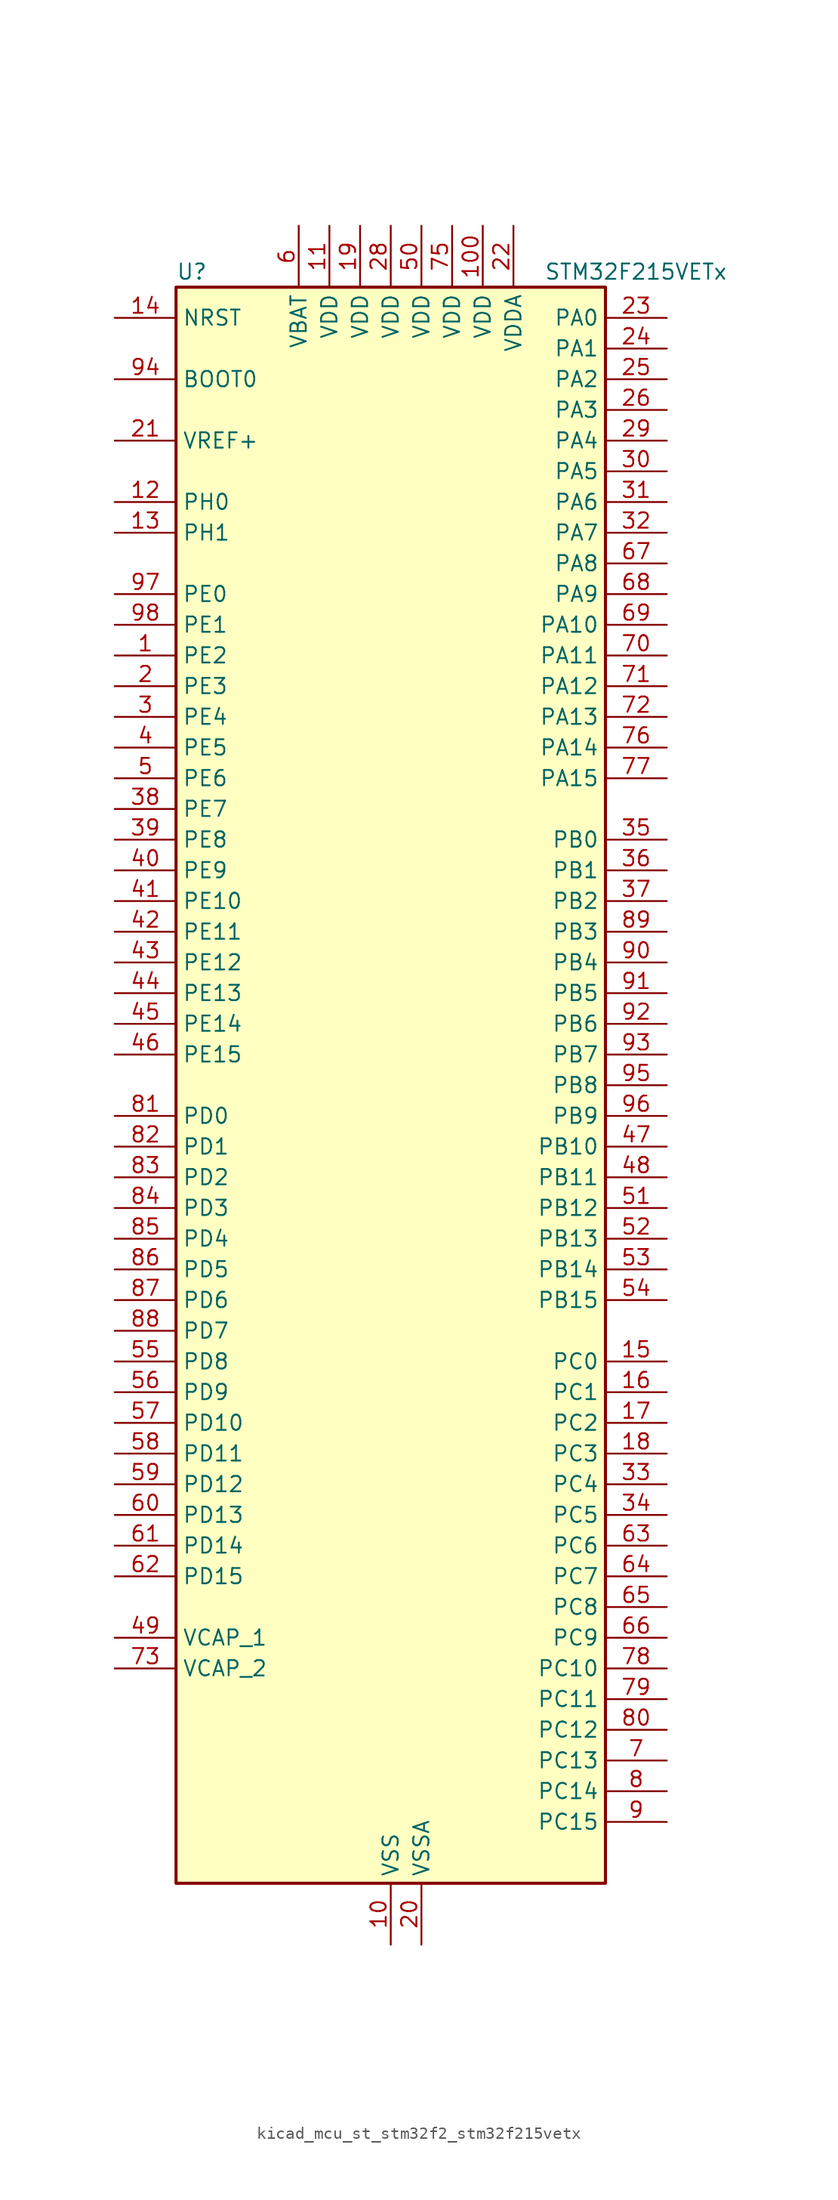
<source format=kicad_sym>
(kicad_symbol_lib
  (version 20220914)
  (generator kicad_symbol_editor)
  (symbol "kicad_mcu_st_stm32f2_stm32f215vetx"
    (property "Reference" "U"
      (at -17.78 67.31 0)
      (effects (font (size 1.27 1.27)) (justify left)))
    (property "Value" "STM32F215VETx"
      (at 12.7 67.31 0)
      (effects (font (size 1.27 1.27)) (justify left)))
    (property "ki_locked" ""
      (at 0 0 0)
      (effects (font (size 1.27 1.27))))
    (symbol "kicad_mcu_st_stm32f2_stm32f215vetx_0_1"
      (rectangle (start -17.78 -66.04) (end 17.78 66.04) (stroke (width 0.254) (type default)) (fill (type background))))
    (symbol "kicad_mcu_st_stm32f2_stm32f215vetx_1_1"
      (pin bidirectional line (at -22.86 35.56 0) (length 5.08) (name "PE2" (effects (font (size 1.27 1.27)))) (number "1" (effects (font (size 1.27 1.27)))) (alternate "FSMC_A23" bidirectional line) (alternate "SYS_TRACECLK" bidirectional line))
      (pin power_in line (at 0 -71.12 90) (length 5.08) (name "VSS" (effects (font (size 1.27 1.27)))) (number "10" (effects (font (size 1.27 1.27)))))
      (pin power_in line (at 7.62 71.12 270) (length 5.08) (name "VDD" (effects (font (size 1.27 1.27)))) (number "100" (effects (font (size 1.27 1.27)))))
      (pin power_in line (at -5.08 71.12 270) (length 5.08) (name "VDD" (effects (font (size 1.27 1.27)))) (number "11" (effects (font (size 1.27 1.27)))))
      (pin bidirectional line (at -22.86 48.26 0) (length 5.08) (name "PH0" (effects (font (size 1.27 1.27)))) (number "12" (effects (font (size 1.27 1.27)))) (alternate "RCC_OSC_IN" bidirectional line))
      (pin bidirectional line (at -22.86 45.72 0) (length 5.08) (name "PH1" (effects (font (size 1.27 1.27)))) (number "13" (effects (font (size 1.27 1.27)))) (alternate "RCC_OSC_OUT" bidirectional line))
      (pin input line (at -22.86 63.5 0) (length 5.08) (name "NRST" (effects (font (size 1.27 1.27)))) (number "14" (effects (font (size 1.27 1.27)))))
      (pin bidirectional line (at 22.86 -22.86 180) (length 5.08) (name "PC0" (effects (font (size 1.27 1.27)))) (number "15" (effects (font (size 1.27 1.27)))) (alternate "ADC1_IN10" bidirectional line) (alternate "ADC2_IN10" bidirectional line) (alternate "ADC3_IN10" bidirectional line) (alternate "USB_OTG_HS_ULPI_STP" bidirectional line))
      (pin bidirectional line (at 22.86 -25.4 180) (length 5.08) (name "PC1" (effects (font (size 1.27 1.27)))) (number "16" (effects (font (size 1.27 1.27)))) (alternate "ADC1_IN11" bidirectional line) (alternate "ADC2_IN11" bidirectional line) (alternate "ADC3_IN11" bidirectional line))
      (pin bidirectional line (at 22.86 -27.94 180) (length 5.08) (name "PC2" (effects (font (size 1.27 1.27)))) (number "17" (effects (font (size 1.27 1.27)))) (alternate "ADC1_IN12" bidirectional line) (alternate "ADC2_IN12" bidirectional line) (alternate "ADC3_IN12" bidirectional line) (alternate "SPI2_MISO" bidirectional line) (alternate "USB_OTG_HS_ULPI_DIR" bidirectional line))
      (pin bidirectional line (at 22.86 -30.48 180) (length 5.08) (name "PC3" (effects (font (size 1.27 1.27)))) (number "18" (effects (font (size 1.27 1.27)))) (alternate "ADC1_IN13" bidirectional line) (alternate "ADC2_IN13" bidirectional line) (alternate "ADC3_IN13" bidirectional line) (alternate "I2S2_SD" bidirectional line) (alternate "SPI2_MOSI" bidirectional line) (alternate "USB_OTG_HS_ULPI_NXT" bidirectional line))
      (pin power_in line (at -2.54 71.12 270) (length 5.08) (name "VDD" (effects (font (size 1.27 1.27)))) (number "19" (effects (font (size 1.27 1.27)))))
      (pin bidirectional line (at -22.86 33.02 0) (length 5.08) (name "PE3" (effects (font (size 1.27 1.27)))) (number "2" (effects (font (size 1.27 1.27)))) (alternate "FSMC_A19" bidirectional line) (alternate "SYS_TRACED0" bidirectional line))
      (pin power_in line (at 2.54 -71.12 90) (length 5.08) (name "VSSA" (effects (font (size 1.27 1.27)))) (number "20" (effects (font (size 1.27 1.27)))))
      (pin input line (at -22.86 53.34 0) (length 5.08) (name "VREF+" (effects (font (size 1.27 1.27)))) (number "21" (effects (font (size 1.27 1.27)))))
      (pin power_in line (at 10.16 71.12 270) (length 5.08) (name "VDDA" (effects (font (size 1.27 1.27)))) (number "22" (effects (font (size 1.27 1.27)))))
      (pin bidirectional line (at 22.86 63.5 180) (length 5.08) (name "PA0" (effects (font (size 1.27 1.27)))) (number "23" (effects (font (size 1.27 1.27)))) (alternate "ADC1_IN0" bidirectional line) (alternate "ADC2_IN0" bidirectional line) (alternate "ADC3_IN0" bidirectional line) (alternate "SYS_WKUP" bidirectional line) (alternate "TIM2_CH1" bidirectional line) (alternate "TIM2_ETR" bidirectional line) (alternate "TIM5_CH1" bidirectional line) (alternate "TIM8_ETR" bidirectional line) (alternate "UART4_TX" bidirectional line) (alternate "USART2_CTS" bidirectional line))
      (pin bidirectional line (at 22.86 60.96 180) (length 5.08) (name "PA1" (effects (font (size 1.27 1.27)))) (number "24" (effects (font (size 1.27 1.27)))) (alternate "ADC1_IN1" bidirectional line) (alternate "ADC2_IN1" bidirectional line) (alternate "ADC3_IN1" bidirectional line) (alternate "TIM2_CH2" bidirectional line) (alternate "TIM5_CH2" bidirectional line) (alternate "UART4_RX" bidirectional line) (alternate "USART2_RTS" bidirectional line))
      (pin bidirectional line (at 22.86 58.42 180) (length 5.08) (name "PA2" (effects (font (size 1.27 1.27)))) (number "25" (effects (font (size 1.27 1.27)))) (alternate "ADC1_IN2" bidirectional line) (alternate "ADC2_IN2" bidirectional line) (alternate "ADC3_IN2" bidirectional line) (alternate "TIM2_CH3" bidirectional line) (alternate "TIM5_CH3" bidirectional line) (alternate "TIM9_CH1" bidirectional line) (alternate "USART2_TX" bidirectional line))
      (pin bidirectional line (at 22.86 55.88 180) (length 5.08) (name "PA3" (effects (font (size 1.27 1.27)))) (number "26" (effects (font (size 1.27 1.27)))) (alternate "ADC1_IN3" bidirectional line) (alternate "ADC2_IN3" bidirectional line) (alternate "ADC3_IN3" bidirectional line) (alternate "TIM2_CH4" bidirectional line) (alternate "TIM5_CH4" bidirectional line) (alternate "TIM9_CH2" bidirectional line) (alternate "USART2_RX" bidirectional line) (alternate "USB_OTG_HS_ULPI_D0" bidirectional line))
      (pin passive line (at 0 -71.12 90) (length 5.08) hide (name "VSS" (effects (font (size 1.27 1.27)))) (number "27" (effects (font (size 1.27 1.27)))))
      (pin power_in line (at 0 71.12 270) (length 5.08) (name "VDD" (effects (font (size 1.27 1.27)))) (number "28" (effects (font (size 1.27 1.27)))))
      (pin bidirectional line (at 22.86 53.34 180) (length 5.08) (name "PA4" (effects (font (size 1.27 1.27)))) (number "29" (effects (font (size 1.27 1.27)))) (alternate "ADC1_IN4" bidirectional line) (alternate "ADC2_IN4" bidirectional line) (alternate "DAC_OUT1" bidirectional line) (alternate "I2S3_WS" bidirectional line) (alternate "SPI1_NSS" bidirectional line) (alternate "SPI3_NSS" bidirectional line) (alternate "USART2_CK" bidirectional line) (alternate "USB_OTG_HS_SOF" bidirectional line))
      (pin bidirectional line (at -22.86 30.48 0) (length 5.08) (name "PE4" (effects (font (size 1.27 1.27)))) (number "3" (effects (font (size 1.27 1.27)))) (alternate "FSMC_A20" bidirectional line) (alternate "SYS_TRACED1" bidirectional line))
      (pin bidirectional line (at 22.86 50.8 180) (length 5.08) (name "PA5" (effects (font (size 1.27 1.27)))) (number "30" (effects (font (size 1.27 1.27)))) (alternate "ADC1_IN5" bidirectional line) (alternate "ADC2_IN5" bidirectional line) (alternate "DAC_OUT2" bidirectional line) (alternate "SPI1_SCK" bidirectional line) (alternate "TIM2_CH1" bidirectional line) (alternate "TIM2_ETR" bidirectional line) (alternate "TIM8_CH1N" bidirectional line) (alternate "USB_OTG_HS_ULPI_CK" bidirectional line))
      (pin bidirectional line (at 22.86 48.26 180) (length 5.08) (name "PA6" (effects (font (size 1.27 1.27)))) (number "31" (effects (font (size 1.27 1.27)))) (alternate "ADC1_IN6" bidirectional line) (alternate "ADC2_IN6" bidirectional line) (alternate "SPI1_MISO" bidirectional line) (alternate "TIM13_CH1" bidirectional line) (alternate "TIM1_BKIN" bidirectional line) (alternate "TIM3_CH1" bidirectional line) (alternate "TIM8_BKIN" bidirectional line))
      (pin bidirectional line (at 22.86 45.72 180) (length 5.08) (name "PA7" (effects (font (size 1.27 1.27)))) (number "32" (effects (font (size 1.27 1.27)))) (alternate "ADC1_IN7" bidirectional line) (alternate "ADC2_IN7" bidirectional line) (alternate "SPI1_MOSI" bidirectional line) (alternate "TIM14_CH1" bidirectional line) (alternate "TIM1_CH1N" bidirectional line) (alternate "TIM3_CH2" bidirectional line) (alternate "TIM8_CH1N" bidirectional line))
      (pin bidirectional line (at 22.86 -33.02 180) (length 5.08) (name "PC4" (effects (font (size 1.27 1.27)))) (number "33" (effects (font (size 1.27 1.27)))) (alternate "ADC1_IN14" bidirectional line) (alternate "ADC2_IN14" bidirectional line))
      (pin bidirectional line (at 22.86 -35.56 180) (length 5.08) (name "PC5" (effects (font (size 1.27 1.27)))) (number "34" (effects (font (size 1.27 1.27)))) (alternate "ADC1_IN15" bidirectional line) (alternate "ADC2_IN15" bidirectional line))
      (pin bidirectional line (at 22.86 20.32 180) (length 5.08) (name "PB0" (effects (font (size 1.27 1.27)))) (number "35" (effects (font (size 1.27 1.27)))) (alternate "ADC1_IN8" bidirectional line) (alternate "ADC2_IN8" bidirectional line) (alternate "TIM1_CH2N" bidirectional line) (alternate "TIM3_CH3" bidirectional line) (alternate "TIM8_CH2N" bidirectional line) (alternate "USB_OTG_HS_ULPI_D1" bidirectional line))
      (pin bidirectional line (at 22.86 17.78 180) (length 5.08) (name "PB1" (effects (font (size 1.27 1.27)))) (number "36" (effects (font (size 1.27 1.27)))) (alternate "ADC1_IN9" bidirectional line) (alternate "ADC2_IN9" bidirectional line) (alternate "TIM1_CH3N" bidirectional line) (alternate "TIM3_CH4" bidirectional line) (alternate "TIM8_CH3N" bidirectional line) (alternate "USB_OTG_HS_ULPI_D2" bidirectional line))
      (pin bidirectional line (at 22.86 15.24 180) (length 5.08) (name "PB2" (effects (font (size 1.27 1.27)))) (number "37" (effects (font (size 1.27 1.27)))))
      (pin bidirectional line (at -22.86 22.86 0) (length 5.08) (name "PE7" (effects (font (size 1.27 1.27)))) (number "38" (effects (font (size 1.27 1.27)))) (alternate "FSMC_D4" bidirectional line) (alternate "FSMC_DA4" bidirectional line) (alternate "TIM1_ETR" bidirectional line))
      (pin bidirectional line (at -22.86 20.32 0) (length 5.08) (name "PE8" (effects (font (size 1.27 1.27)))) (number "39" (effects (font (size 1.27 1.27)))) (alternate "FSMC_D5" bidirectional line) (alternate "FSMC_DA5" bidirectional line) (alternate "TIM1_CH1N" bidirectional line))
      (pin bidirectional line (at -22.86 27.94 0) (length 5.08) (name "PE5" (effects (font (size 1.27 1.27)))) (number "4" (effects (font (size 1.27 1.27)))) (alternate "FSMC_A21" bidirectional line) (alternate "SYS_TRACED2" bidirectional line) (alternate "TIM9_CH1" bidirectional line))
      (pin bidirectional line (at -22.86 17.78 0) (length 5.08) (name "PE9" (effects (font (size 1.27 1.27)))) (number "40" (effects (font (size 1.27 1.27)))) (alternate "DAC_EXTI9" bidirectional line) (alternate "FSMC_D6" bidirectional line) (alternate "FSMC_DA6" bidirectional line) (alternate "TIM1_CH1" bidirectional line))
      (pin bidirectional line (at -22.86 15.24 0) (length 5.08) (name "PE10" (effects (font (size 1.27 1.27)))) (number "41" (effects (font (size 1.27 1.27)))) (alternate "FSMC_D7" bidirectional line) (alternate "FSMC_DA7" bidirectional line) (alternate "TIM1_CH2N" bidirectional line))
      (pin bidirectional line (at -22.86 12.7 0) (length 5.08) (name "PE11" (effects (font (size 1.27 1.27)))) (number "42" (effects (font (size 1.27 1.27)))) (alternate "ADC1_EXTI11" bidirectional line) (alternate "ADC2_EXTI11" bidirectional line) (alternate "ADC3_EXTI11" bidirectional line) (alternate "FSMC_D8" bidirectional line) (alternate "FSMC_DA8" bidirectional line) (alternate "TIM1_CH2" bidirectional line))
      (pin bidirectional line (at -22.86 10.16 0) (length 5.08) (name "PE12" (effects (font (size 1.27 1.27)))) (number "43" (effects (font (size 1.27 1.27)))) (alternate "FSMC_D9" bidirectional line) (alternate "FSMC_DA9" bidirectional line) (alternate "TIM1_CH3N" bidirectional line))
      (pin bidirectional line (at -22.86 7.62 0) (length 5.08) (name "PE13" (effects (font (size 1.27 1.27)))) (number "44" (effects (font (size 1.27 1.27)))) (alternate "FSMC_D10" bidirectional line) (alternate "FSMC_DA10" bidirectional line) (alternate "TIM1_CH3" bidirectional line))
      (pin bidirectional line (at -22.86 5.08 0) (length 5.08) (name "PE14" (effects (font (size 1.27 1.27)))) (number "45" (effects (font (size 1.27 1.27)))) (alternate "FSMC_D11" bidirectional line) (alternate "FSMC_DA11" bidirectional line) (alternate "TIM1_CH4" bidirectional line))
      (pin bidirectional line (at -22.86 2.54 0) (length 5.08) (name "PE15" (effects (font (size 1.27 1.27)))) (number "46" (effects (font (size 1.27 1.27)))) (alternate "ADC1_EXTI15" bidirectional line) (alternate "ADC2_EXTI15" bidirectional line) (alternate "ADC3_EXTI15" bidirectional line) (alternate "FSMC_D12" bidirectional line) (alternate "FSMC_DA12" bidirectional line) (alternate "TIM1_BKIN" bidirectional line))
      (pin bidirectional line (at 22.86 -5.08 180) (length 5.08) (name "PB10" (effects (font (size 1.27 1.27)))) (number "47" (effects (font (size 1.27 1.27)))) (alternate "I2C2_SCL" bidirectional line) (alternate "I2S2_SCK" bidirectional line) (alternate "SPI2_SCK" bidirectional line) (alternate "TIM2_CH3" bidirectional line) (alternate "USART3_TX" bidirectional line) (alternate "USB_OTG_HS_ULPI_D3" bidirectional line))
      (pin bidirectional line (at 22.86 -7.62 180) (length 5.08) (name "PB11" (effects (font (size 1.27 1.27)))) (number "48" (effects (font (size 1.27 1.27)))) (alternate "ADC1_EXTI11" bidirectional line) (alternate "ADC2_EXTI11" bidirectional line) (alternate "ADC3_EXTI11" bidirectional line) (alternate "I2C2_SDA" bidirectional line) (alternate "TIM2_CH4" bidirectional line) (alternate "USART3_RX" bidirectional line) (alternate "USB_OTG_HS_ULPI_D4" bidirectional line))
      (pin power_out line (at -22.86 -45.72 0) (length 5.08) (name "VCAP_1" (effects (font (size 1.27 1.27)))) (number "49" (effects (font (size 1.27 1.27)))))
      (pin bidirectional line (at -22.86 25.4 0) (length 5.08) (name "PE6" (effects (font (size 1.27 1.27)))) (number "5" (effects (font (size 1.27 1.27)))) (alternate "FSMC_A22" bidirectional line) (alternate "SYS_TRACED3" bidirectional line) (alternate "TIM9_CH2" bidirectional line))
      (pin power_in line (at 2.54 71.12 270) (length 5.08) (name "VDD" (effects (font (size 1.27 1.27)))) (number "50" (effects (font (size 1.27 1.27)))))
      (pin bidirectional line (at 22.86 -10.16 180) (length 5.08) (name "PB12" (effects (font (size 1.27 1.27)))) (number "51" (effects (font (size 1.27 1.27)))) (alternate "CAN2_RX" bidirectional line) (alternate "I2C2_SMBA" bidirectional line) (alternate "I2S2_WS" bidirectional line) (alternate "SPI2_NSS" bidirectional line) (alternate "TIM1_BKIN" bidirectional line) (alternate "USART3_CK" bidirectional line) (alternate "USB_OTG_HS_ID" bidirectional line) (alternate "USB_OTG_HS_ULPI_D5" bidirectional line))
      (pin bidirectional line (at 22.86 -12.7 180) (length 5.08) (name "PB13" (effects (font (size 1.27 1.27)))) (number "52" (effects (font (size 1.27 1.27)))) (alternate "CAN2_TX" bidirectional line) (alternate "I2S2_SCK" bidirectional line) (alternate "SPI2_SCK" bidirectional line) (alternate "TIM1_CH1N" bidirectional line) (alternate "USART3_CTS" bidirectional line) (alternate "USB_OTG_HS_ULPI_D6" bidirectional line) (alternate "USB_OTG_HS_VBUS" bidirectional line))
      (pin bidirectional line (at 22.86 -15.24 180) (length 5.08) (name "PB14" (effects (font (size 1.27 1.27)))) (number "53" (effects (font (size 1.27 1.27)))) (alternate "SPI2_MISO" bidirectional line) (alternate "TIM12_CH1" bidirectional line) (alternate "TIM1_CH2N" bidirectional line) (alternate "TIM8_CH2N" bidirectional line) (alternate "USART3_RTS" bidirectional line) (alternate "USB_OTG_HS_DM" bidirectional line))
      (pin bidirectional line (at 22.86 -17.78 180) (length 5.08) (name "PB15" (effects (font (size 1.27 1.27)))) (number "54" (effects (font (size 1.27 1.27)))) (alternate "ADC1_EXTI15" bidirectional line) (alternate "ADC2_EXTI15" bidirectional line) (alternate "ADC3_EXTI15" bidirectional line) (alternate "I2S2_SD" bidirectional line) (alternate "RTC_REFIN" bidirectional line) (alternate "SPI2_MOSI" bidirectional line) (alternate "TIM12_CH2" bidirectional line) (alternate "TIM1_CH3N" bidirectional line) (alternate "TIM8_CH3N" bidirectional line) (alternate "USB_OTG_HS_DP" bidirectional line))
      (pin bidirectional line (at -22.86 -22.86 0) (length 5.08) (name "PD8" (effects (font (size 1.27 1.27)))) (number "55" (effects (font (size 1.27 1.27)))) (alternate "FSMC_D13" bidirectional line) (alternate "FSMC_DA13" bidirectional line) (alternate "USART3_TX" bidirectional line))
      (pin bidirectional line (at -22.86 -25.4 0) (length 5.08) (name "PD9" (effects (font (size 1.27 1.27)))) (number "56" (effects (font (size 1.27 1.27)))) (alternate "DAC_EXTI9" bidirectional line) (alternate "FSMC_D14" bidirectional line) (alternate "FSMC_DA14" bidirectional line) (alternate "USART3_RX" bidirectional line))
      (pin bidirectional line (at -22.86 -27.94 0) (length 5.08) (name "PD10" (effects (font (size 1.27 1.27)))) (number "57" (effects (font (size 1.27 1.27)))) (alternate "FSMC_D15" bidirectional line) (alternate "FSMC_DA15" bidirectional line) (alternate "USART3_CK" bidirectional line))
      (pin bidirectional line (at -22.86 -30.48 0) (length 5.08) (name "PD11" (effects (font (size 1.27 1.27)))) (number "58" (effects (font (size 1.27 1.27)))) (alternate "ADC1_EXTI11" bidirectional line) (alternate "ADC2_EXTI11" bidirectional line) (alternate "ADC3_EXTI11" bidirectional line) (alternate "FSMC_A16" bidirectional line) (alternate "FSMC_CLE" bidirectional line) (alternate "USART3_CTS" bidirectional line))
      (pin bidirectional line (at -22.86 -33.02 0) (length 5.08) (name "PD12" (effects (font (size 1.27 1.27)))) (number "59" (effects (font (size 1.27 1.27)))) (alternate "FSMC_A17" bidirectional line) (alternate "FSMC_ALE" bidirectional line) (alternate "TIM4_CH1" bidirectional line) (alternate "USART3_RTS" bidirectional line))
      (pin power_in line (at -7.62 71.12 270) (length 5.08) (name "VBAT" (effects (font (size 1.27 1.27)))) (number "6" (effects (font (size 1.27 1.27)))))
      (pin bidirectional line (at -22.86 -35.56 0) (length 5.08) (name "PD13" (effects (font (size 1.27 1.27)))) (number "60" (effects (font (size 1.27 1.27)))) (alternate "FSMC_A18" bidirectional line) (alternate "TIM4_CH2" bidirectional line))
      (pin bidirectional line (at -22.86 -38.1 0) (length 5.08) (name "PD14" (effects (font (size 1.27 1.27)))) (number "61" (effects (font (size 1.27 1.27)))) (alternate "FSMC_D0" bidirectional line) (alternate "FSMC_DA0" bidirectional line) (alternate "TIM4_CH3" bidirectional line))
      (pin bidirectional line (at -22.86 -40.64 0) (length 5.08) (name "PD15" (effects (font (size 1.27 1.27)))) (number "62" (effects (font (size 1.27 1.27)))) (alternate "ADC1_EXTI15" bidirectional line) (alternate "ADC2_EXTI15" bidirectional line) (alternate "ADC3_EXTI15" bidirectional line) (alternate "FSMC_D1" bidirectional line) (alternate "FSMC_DA1" bidirectional line) (alternate "TIM4_CH4" bidirectional line))
      (pin bidirectional line (at 22.86 -38.1 180) (length 5.08) (name "PC6" (effects (font (size 1.27 1.27)))) (number "63" (effects (font (size 1.27 1.27)))) (alternate "I2S2_MCK" bidirectional line) (alternate "SDIO_D6" bidirectional line) (alternate "TIM3_CH1" bidirectional line) (alternate "TIM8_CH1" bidirectional line) (alternate "USART6_TX" bidirectional line))
      (pin bidirectional line (at 22.86 -40.64 180) (length 5.08) (name "PC7" (effects (font (size 1.27 1.27)))) (number "64" (effects (font (size 1.27 1.27)))) (alternate "I2S3_MCK" bidirectional line) (alternate "SDIO_D7" bidirectional line) (alternate "TIM3_CH2" bidirectional line) (alternate "TIM8_CH2" bidirectional line) (alternate "USART6_RX" bidirectional line))
      (pin bidirectional line (at 22.86 -43.18 180) (length 5.08) (name "PC8" (effects (font (size 1.27 1.27)))) (number "65" (effects (font (size 1.27 1.27)))) (alternate "SDIO_D0" bidirectional line) (alternate "TIM3_CH3" bidirectional line) (alternate "TIM8_CH3" bidirectional line) (alternate "USART6_CK" bidirectional line))
      (pin bidirectional line (at 22.86 -45.72 180) (length 5.08) (name "PC9" (effects (font (size 1.27 1.27)))) (number "66" (effects (font (size 1.27 1.27)))) (alternate "DAC_EXTI9" bidirectional line) (alternate "I2C3_SDA" bidirectional line) (alternate "I2S_CKIN" bidirectional line) (alternate "RCC_MCO_2" bidirectional line) (alternate "SDIO_D1" bidirectional line) (alternate "TIM3_CH4" bidirectional line) (alternate "TIM8_CH4" bidirectional line))
      (pin bidirectional line (at 22.86 43.18 180) (length 5.08) (name "PA8" (effects (font (size 1.27 1.27)))) (number "67" (effects (font (size 1.27 1.27)))) (alternate "I2C3_SCL" bidirectional line) (alternate "RCC_MCO_1" bidirectional line) (alternate "TIM1_CH1" bidirectional line) (alternate "USART1_CK" bidirectional line) (alternate "USB_OTG_FS_SOF" bidirectional line))
      (pin bidirectional line (at 22.86 40.64 180) (length 5.08) (name "PA9" (effects (font (size 1.27 1.27)))) (number "68" (effects (font (size 1.27 1.27)))) (alternate "DAC_EXTI9" bidirectional line) (alternate "I2C3_SMBA" bidirectional line) (alternate "TIM1_CH2" bidirectional line) (alternate "USART1_TX" bidirectional line) (alternate "USB_OTG_FS_VBUS" bidirectional line))
      (pin bidirectional line (at 22.86 38.1 180) (length 5.08) (name "PA10" (effects (font (size 1.27 1.27)))) (number "69" (effects (font (size 1.27 1.27)))) (alternate "TIM1_CH3" bidirectional line) (alternate "USART1_RX" bidirectional line) (alternate "USB_OTG_FS_ID" bidirectional line))
      (pin bidirectional line (at 22.86 -55.88 180) (length 5.08) (name "PC13" (effects (font (size 1.27 1.27)))) (number "7" (effects (font (size 1.27 1.27)))) (alternate "RTC_AF1" bidirectional line))
      (pin bidirectional line (at 22.86 35.56 180) (length 5.08) (name "PA11" (effects (font (size 1.27 1.27)))) (number "70" (effects (font (size 1.27 1.27)))) (alternate "ADC1_EXTI11" bidirectional line) (alternate "ADC2_EXTI11" bidirectional line) (alternate "ADC3_EXTI11" bidirectional line) (alternate "CAN1_RX" bidirectional line) (alternate "TIM1_CH4" bidirectional line) (alternate "USART1_CTS" bidirectional line) (alternate "USB_OTG_FS_DM" bidirectional line))
      (pin bidirectional line (at 22.86 33.02 180) (length 5.08) (name "PA12" (effects (font (size 1.27 1.27)))) (number "71" (effects (font (size 1.27 1.27)))) (alternate "CAN1_TX" bidirectional line) (alternate "TIM1_ETR" bidirectional line) (alternate "USART1_RTS" bidirectional line) (alternate "USB_OTG_FS_DP" bidirectional line))
      (pin bidirectional line (at 22.86 30.48 180) (length 5.08) (name "PA13" (effects (font (size 1.27 1.27)))) (number "72" (effects (font (size 1.27 1.27)))) (alternate "SYS_JTMS-SWDIO" bidirectional line))
      (pin power_out line (at -22.86 -48.26 0) (length 5.08) (name "VCAP_2" (effects (font (size 1.27 1.27)))) (number "73" (effects (font (size 1.27 1.27)))))
      (pin passive line (at 0 -71.12 90) (length 5.08) hide (name "VSS" (effects (font (size 1.27 1.27)))) (number "74" (effects (font (size 1.27 1.27)))))
      (pin power_in line (at 5.08 71.12 270) (length 5.08) (name "VDD" (effects (font (size 1.27 1.27)))) (number "75" (effects (font (size 1.27 1.27)))))
      (pin bidirectional line (at 22.86 27.94 180) (length 5.08) (name "PA14" (effects (font (size 1.27 1.27)))) (number "76" (effects (font (size 1.27 1.27)))) (alternate "SYS_JTCK-SWCLK" bidirectional line))
      (pin bidirectional line (at 22.86 25.4 180) (length 5.08) (name "PA15" (effects (font (size 1.27 1.27)))) (number "77" (effects (font (size 1.27 1.27)))) (alternate "ADC1_EXTI15" bidirectional line) (alternate "ADC2_EXTI15" bidirectional line) (alternate "ADC3_EXTI15" bidirectional line) (alternate "I2S3_WS" bidirectional line) (alternate "SPI1_NSS" bidirectional line) (alternate "SPI3_NSS" bidirectional line) (alternate "SYS_JTDI" bidirectional line) (alternate "TIM2_CH1" bidirectional line) (alternate "TIM2_ETR" bidirectional line))
      (pin bidirectional line (at 22.86 -48.26 180) (length 5.08) (name "PC10" (effects (font (size 1.27 1.27)))) (number "78" (effects (font (size 1.27 1.27)))) (alternate "I2S3_SCK" bidirectional line) (alternate "SDIO_D2" bidirectional line) (alternate "SPI3_SCK" bidirectional line) (alternate "UART4_TX" bidirectional line) (alternate "USART3_TX" bidirectional line))
      (pin bidirectional line (at 22.86 -50.8 180) (length 5.08) (name "PC11" (effects (font (size 1.27 1.27)))) (number "79" (effects (font (size 1.27 1.27)))) (alternate "ADC1_EXTI11" bidirectional line) (alternate "ADC2_EXTI11" bidirectional line) (alternate "ADC3_EXTI11" bidirectional line) (alternate "SDIO_D3" bidirectional line) (alternate "SPI3_MISO" bidirectional line) (alternate "UART4_RX" bidirectional line) (alternate "USART3_RX" bidirectional line))
      (pin bidirectional line (at 22.86 -58.42 180) (length 5.08) (name "PC14" (effects (font (size 1.27 1.27)))) (number "8" (effects (font (size 1.27 1.27)))) (alternate "RCC_OSC32_IN" bidirectional line))
      (pin bidirectional line (at 22.86 -53.34 180) (length 5.08) (name "PC12" (effects (font (size 1.27 1.27)))) (number "80" (effects (font (size 1.27 1.27)))) (alternate "I2S3_SD" bidirectional line) (alternate "SDIO_CK" bidirectional line) (alternate "SPI3_MOSI" bidirectional line) (alternate "UART5_TX" bidirectional line) (alternate "USART3_CK" bidirectional line))
      (pin bidirectional line (at -22.86 -2.54 0) (length 5.08) (name "PD0" (effects (font (size 1.27 1.27)))) (number "81" (effects (font (size 1.27 1.27)))) (alternate "CAN1_RX" bidirectional line) (alternate "FSMC_D2" bidirectional line) (alternate "FSMC_DA2" bidirectional line))
      (pin bidirectional line (at -22.86 -5.08 0) (length 5.08) (name "PD1" (effects (font (size 1.27 1.27)))) (number "82" (effects (font (size 1.27 1.27)))) (alternate "CAN1_TX" bidirectional line) (alternate "FSMC_D3" bidirectional line) (alternate "FSMC_DA3" bidirectional line))
      (pin bidirectional line (at -22.86 -7.62 0) (length 5.08) (name "PD2" (effects (font (size 1.27 1.27)))) (number "83" (effects (font (size 1.27 1.27)))) (alternate "SDIO_CMD" bidirectional line) (alternate "TIM3_ETR" bidirectional line) (alternate "UART5_RX" bidirectional line))
      (pin bidirectional line (at -22.86 -10.16 0) (length 5.08) (name "PD3" (effects (font (size 1.27 1.27)))) (number "84" (effects (font (size 1.27 1.27)))) (alternate "FSMC_CLK" bidirectional line) (alternate "USART2_CTS" bidirectional line))
      (pin bidirectional line (at -22.86 -12.7 0) (length 5.08) (name "PD4" (effects (font (size 1.27 1.27)))) (number "85" (effects (font (size 1.27 1.27)))) (alternate "FSMC_NOE" bidirectional line) (alternate "USART2_RTS" bidirectional line))
      (pin bidirectional line (at -22.86 -15.24 0) (length 5.08) (name "PD5" (effects (font (size 1.27 1.27)))) (number "86" (effects (font (size 1.27 1.27)))) (alternate "FSMC_NWE" bidirectional line) (alternate "USART2_TX" bidirectional line))
      (pin bidirectional line (at -22.86 -17.78 0) (length 5.08) (name "PD6" (effects (font (size 1.27 1.27)))) (number "87" (effects (font (size 1.27 1.27)))) (alternate "FSMC_NWAIT" bidirectional line) (alternate "USART2_RX" bidirectional line))
      (pin bidirectional line (at -22.86 -20.32 0) (length 5.08) (name "PD7" (effects (font (size 1.27 1.27)))) (number "88" (effects (font (size 1.27 1.27)))) (alternate "FSMC_NCE2" bidirectional line) (alternate "FSMC_NE1" bidirectional line) (alternate "USART2_CK" bidirectional line))
      (pin bidirectional line (at 22.86 12.7 180) (length 5.08) (name "PB3" (effects (font (size 1.27 1.27)))) (number "89" (effects (font (size 1.27 1.27)))) (alternate "I2S3_SCK" bidirectional line) (alternate "SPI1_SCK" bidirectional line) (alternate "SPI3_SCK" bidirectional line) (alternate "SYS_JTDO-SWO" bidirectional line) (alternate "TIM2_CH2" bidirectional line))
      (pin bidirectional line (at 22.86 -60.96 180) (length 5.08) (name "PC15" (effects (font (size 1.27 1.27)))) (number "9" (effects (font (size 1.27 1.27)))) (alternate "ADC1_EXTI15" bidirectional line) (alternate "ADC2_EXTI15" bidirectional line) (alternate "ADC3_EXTI15" bidirectional line) (alternate "RCC_OSC32_OUT" bidirectional line))
      (pin bidirectional line (at 22.86 10.16 180) (length 5.08) (name "PB4" (effects (font (size 1.27 1.27)))) (number "90" (effects (font (size 1.27 1.27)))) (alternate "SPI1_MISO" bidirectional line) (alternate "SPI3_MISO" bidirectional line) (alternate "SYS_JTRST" bidirectional line) (alternate "TIM3_CH1" bidirectional line))
      (pin bidirectional line (at 22.86 7.62 180) (length 5.08) (name "PB5" (effects (font (size 1.27 1.27)))) (number "91" (effects (font (size 1.27 1.27)))) (alternate "CAN2_RX" bidirectional line) (alternate "I2C1_SMBA" bidirectional line) (alternate "I2S3_SD" bidirectional line) (alternate "SPI1_MOSI" bidirectional line) (alternate "SPI3_MOSI" bidirectional line) (alternate "TIM3_CH2" bidirectional line) (alternate "USB_OTG_HS_ULPI_D7" bidirectional line))
      (pin bidirectional line (at 22.86 5.08 180) (length 5.08) (name "PB6" (effects (font (size 1.27 1.27)))) (number "92" (effects (font (size 1.27 1.27)))) (alternate "CAN2_TX" bidirectional line) (alternate "I2C1_SCL" bidirectional line) (alternate "TIM4_CH1" bidirectional line) (alternate "USART1_TX" bidirectional line))
      (pin bidirectional line (at 22.86 2.54 180) (length 5.08) (name "PB7" (effects (font (size 1.27 1.27)))) (number "93" (effects (font (size 1.27 1.27)))) (alternate "FSMC_NL" bidirectional line) (alternate "I2C1_SDA" bidirectional line) (alternate "TIM4_CH2" bidirectional line) (alternate "USART1_RX" bidirectional line))
      (pin input line (at -22.86 58.42 0) (length 5.08) (name "BOOT0" (effects (font (size 1.27 1.27)))) (number "94" (effects (font (size 1.27 1.27)))))
      (pin bidirectional line (at 22.86 0 180) (length 5.08) (name "PB8" (effects (font (size 1.27 1.27)))) (number "95" (effects (font (size 1.27 1.27)))) (alternate "CAN1_RX" bidirectional line) (alternate "I2C1_SCL" bidirectional line) (alternate "SDIO_D4" bidirectional line) (alternate "TIM10_CH1" bidirectional line) (alternate "TIM4_CH3" bidirectional line))
      (pin bidirectional line (at 22.86 -2.54 180) (length 5.08) (name "PB9" (effects (font (size 1.27 1.27)))) (number "96" (effects (font (size 1.27 1.27)))) (alternate "CAN1_TX" bidirectional line) (alternate "DAC_EXTI9" bidirectional line) (alternate "I2C1_SDA" bidirectional line) (alternate "I2S2_WS" bidirectional line) (alternate "SDIO_D5" bidirectional line) (alternate "SPI2_NSS" bidirectional line) (alternate "TIM11_CH1" bidirectional line) (alternate "TIM4_CH4" bidirectional line))
      (pin bidirectional line (at -22.86 40.64 0) (length 5.08) (name "PE0" (effects (font (size 1.27 1.27)))) (number "97" (effects (font (size 1.27 1.27)))) (alternate "FSMC_NBL0" bidirectional line) (alternate "TIM4_ETR" bidirectional line))
      (pin bidirectional line (at -22.86 38.1 0) (length 5.08) (name "PE1" (effects (font (size 1.27 1.27)))) (number "98" (effects (font (size 1.27 1.27)))) (alternate "FSMC_NBL1" bidirectional line))
      (pin no_connect line (at -17.78 -66.04 0) (length 5.08) hide (name "RFU" (effects (font (size 1.27 1.27)))) (number "99" (effects (font (size 1.27 1.27))))))))
</source>
